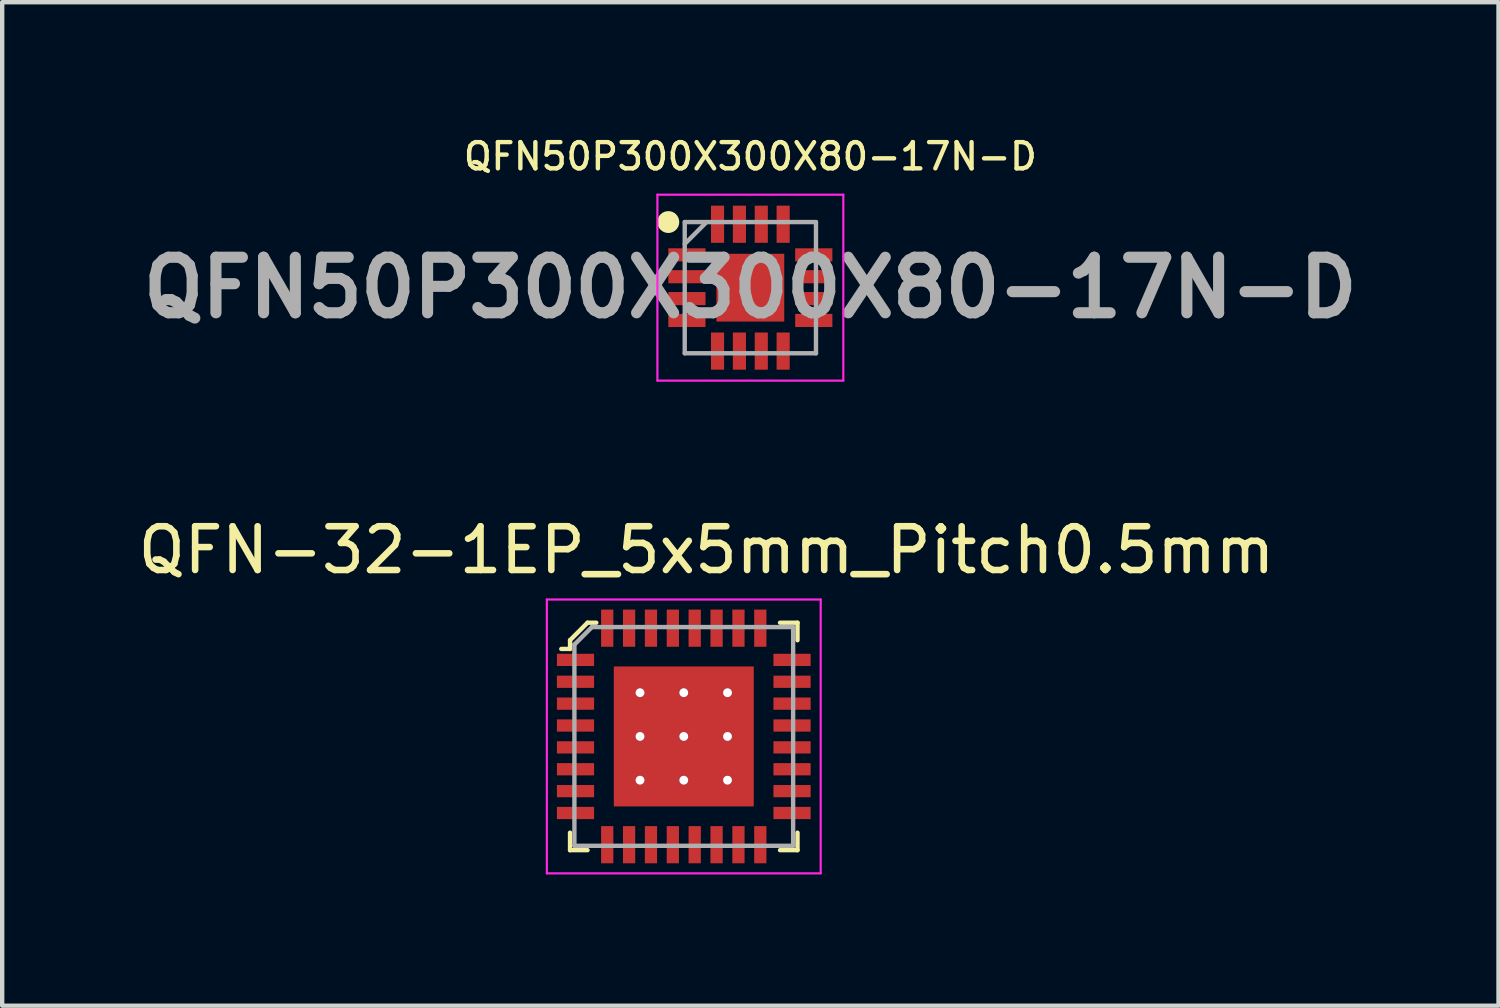
<source format=kicad_pcb>
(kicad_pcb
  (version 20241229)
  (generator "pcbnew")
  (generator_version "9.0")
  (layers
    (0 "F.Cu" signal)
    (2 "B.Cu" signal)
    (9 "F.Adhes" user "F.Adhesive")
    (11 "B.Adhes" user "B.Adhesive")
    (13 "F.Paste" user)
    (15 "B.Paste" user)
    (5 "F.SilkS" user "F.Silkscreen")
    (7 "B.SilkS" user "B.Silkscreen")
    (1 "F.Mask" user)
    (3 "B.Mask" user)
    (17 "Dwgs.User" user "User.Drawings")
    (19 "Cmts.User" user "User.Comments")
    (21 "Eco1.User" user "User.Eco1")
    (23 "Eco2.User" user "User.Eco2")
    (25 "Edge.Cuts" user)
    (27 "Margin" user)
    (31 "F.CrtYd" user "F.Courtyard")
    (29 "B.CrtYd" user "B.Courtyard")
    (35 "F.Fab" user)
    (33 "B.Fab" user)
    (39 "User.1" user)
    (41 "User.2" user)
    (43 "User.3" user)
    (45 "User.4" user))
  (footprint "QFN50P300X300X80-17N-D"
    (layer "F.Cu")
    (at 14.103 3.526)
    (property "Reference" "QFN50P300X300X80-17N-D" (at 0 -3 0) (layer "F.SilkS") (effects (font (size 0.6 0.6) (thickness 0.1))))
    (attr smd)
    (fp_circle (center -1.875 -1.5) (end -1.875 -1.375) (stroke (width 0.25) (type solid)) (fill no) (layer "F.SilkS"))
    (fp_line (start -2.125 -2.125) (end 2.125 -2.125) (stroke (width 0.05) (type solid)) (layer "F.CrtYd"))
    (fp_line (start -2.125 2.125) (end -2.125 -2.125) (stroke (width 0.05) (type solid)) (layer "F.CrtYd"))
    (fp_line (start 2.125 -2.125) (end 2.125 2.125) (stroke (width 0.05) (type solid)) (layer "F.CrtYd"))
    (fp_line (start 2.125 2.125) (end -2.125 2.125) (stroke (width 0.05) (type solid)) (layer "F.CrtYd"))
    (fp_line (start -1.5 -1.5) (end 1.5 -1.5) (stroke (width 0.1) (type solid)) (layer "F.Fab"))
    (fp_line (start -1.5 -1) (end -1 -1.5) (stroke (width 0.1) (type solid)) (layer "F.Fab"))
    (fp_line (start -1.5 1.5) (end -1.5 -1.5) (stroke (width 0.1) (type solid)) (layer "F.Fab"))
    (fp_line (start 1.5 -1.5) (end 1.5 1.5) (stroke (width 0.1) (type solid)) (layer "F.Fab"))
    (fp_line (start 1.5 1.5) (end -1.5 1.5) (stroke (width 0.1) (type solid)) (layer "F.Fab"))
    (fp_text user "${REFERENCE}" (at 0 0 0) (layer "F.Fab") (effects (font (size 1.27 1.27) (thickness 0.254))))
    (pad "1" smd rect (at -1.45 -0.75 90) (size 0.3 0.85) (layers "F.Cu" "F.Mask" "F.Paste"))
    (pad "2" smd rect (at -1.45 -0.25 90) (size 0.3 0.85) (layers "F.Cu" "F.Mask" "F.Paste"))
    (pad "3" smd rect (at -1.45 0.25 90) (size 0.3 0.85) (layers "F.Cu" "F.Mask" "F.Paste"))
    (pad "4" smd rect (at -1.45 0.75 90) (size 0.3 0.85) (layers "F.Cu" "F.Mask" "F.Paste"))
    (pad "5" smd rect (at -0.75 1.45) (size 0.3 0.85) (layers "F.Cu" "F.Mask" "F.Paste"))
    (pad "6" smd rect (at -0.25 1.45) (size 0.3 0.85) (layers "F.Cu" "F.Mask" "F.Paste"))
    (pad "7" smd rect (at 0.25 1.45) (size 0.3 0.85) (layers "F.Cu" "F.Mask" "F.Paste"))
    (pad "8" smd rect (at 0.75 1.45) (size 0.3 0.85) (layers "F.Cu" "F.Mask" "F.Paste"))
    (pad "9" smd rect (at 1.45 0.75 90) (size 0.3 0.85) (layers "F.Cu" "F.Mask" "F.Paste"))
    (pad "10" smd rect (at 1.45 0.25 90) (size 0.3 0.85) (layers "F.Cu" "F.Mask" "F.Paste"))
    (pad "11" smd rect (at 1.45 -0.25 90) (size 0.3 0.85) (layers "F.Cu" "F.Mask" "F.Paste"))
    (pad "12" smd rect (at 1.45 -0.75 90) (size 0.3 0.85) (layers "F.Cu" "F.Mask" "F.Paste"))
    (pad "13" smd rect (at 0.75 -1.45) (size 0.3 0.85) (layers "F.Cu" "F.Mask" "F.Paste"))
    (pad "14" smd rect (at 0.25 -1.45) (size 0.3 0.85) (layers "F.Cu" "F.Mask" "F.Paste"))
    (pad "15" smd rect (at -0.25 -1.45) (size 0.3 0.85) (layers "F.Cu" "F.Mask" "F.Paste"))
    (pad "16" smd rect (at -0.75 -1.45) (size 0.3 0.85) (layers "F.Cu" "F.Mask" "F.Paste"))
    (pad "17" smd rect (at 0 0) (size 1.55 1.55) (layers "F.Cu" "F.Mask" "F.Paste")))
  (footprint "QFN-32-1EP_5x5mm_Pitch0.5mm"
    (layer "F.Cu")
    (at 13.101 14.235)
    (property "Reference" "QFN-32-1EP_5x5mm_Pitch0.5mm" (at 0 -4.71 0) (layer "F.SilkS") (effects (font (size 1 1) (thickness 0.15))))
    (attr through_hole)
    (fp_line (start -3.12 -2.65) (end -3.12 -2.45) (stroke (width 0.1) (type solid)) (layer "F.SilkS"))
    (fp_line (start -3.12 -2.45) (end -3.32 -2.45) (stroke (width 0.1) (type solid)) (layer "F.SilkS"))
    (fp_line (start -3.12 2.15) (end -3.12 1.75) (stroke (width 0.1) (type solid)) (layer "F.SilkS"))
    (fp_line (start -2.72 -3.05) (end -3.12 -2.65) (stroke (width 0.1) (type solid)) (layer "F.SilkS"))
    (fp_line (start -2.72 2.15) (end -3.12 2.15) (stroke (width 0.1) (type solid)) (layer "F.SilkS"))
    (fp_line (start -2.52 -3.05) (end -2.72 -3.05) (stroke (width 0.1) (type solid)) (layer "F.SilkS"))
    (fp_line (start 2.08 -3.05) (end 1.68 -3.05) (stroke (width 0.1) (type solid)) (layer "F.SilkS"))
    (fp_line (start 2.08 -3.05) (end 2.08 -2.65) (stroke (width 0.1) (type solid)) (layer "F.SilkS"))
    (fp_line (start 2.08 1.75) (end 2.08 2.15) (stroke (width 0.1) (type solid)) (layer "F.SilkS"))
    (fp_line (start 2.08 2.15) (end 1.68 2.15) (stroke (width 0.1) (type solid)) (layer "F.SilkS"))
    (fp_line (start -3.65 2.68) (end -3.65 -3.58) (stroke (width 0.05) (type solid)) (layer "F.CrtYd"))
    (fp_line (start 2.61 -3.58) (end -3.65 -3.58) (stroke (width 0.05) (type solid)) (layer "F.CrtYd"))
    (fp_line (start 2.61 -3.58) (end 2.61 2.68) (stroke (width 0.05) (type solid)) (layer "F.CrtYd"))
    (fp_line (start 2.61 2.68) (end -3.65 2.68) (stroke (width 0.05) (type solid)) (layer "F.CrtYd"))
    (fp_line (start -3.02 -2.55) (end -3.02 2.05) (stroke (width 0.1) (type solid)) (layer "F.Fab"))
    (fp_line (start -2.62 -2.95) (end -3.02 -2.55) (stroke (width 0.1) (type solid)) (layer "F.Fab"))
    (fp_line (start -2.62 -2.95) (end 1.98 -2.95) (stroke (width 0.1) (type solid)) (layer "F.Fab"))
    (fp_line (start 1.98 -2.95) (end 1.98 2.05) (stroke (width 0.1) (type solid)) (layer "F.Fab"))
    (fp_line (start 1.98 2.05) (end -3.02 2.05) (stroke (width 0.1) (type solid)) (layer "F.Fab"))
    (pad "1" smd rect (at -2.995 -2.2 270) (size 0.28 0.85) (layers "F.Cu" "F.Mask" "F.Paste"))
    (pad "2" smd rect (at -2.995 -1.7 270) (size 0.28 0.85) (layers "F.Cu" "F.Mask" "F.Paste"))
    (pad "3" smd rect (at -2.995 -1.2 270) (size 0.28 0.85) (layers "F.Cu" "F.Mask" "F.Paste"))
    (pad "4" smd rect (at -2.995 -0.7 270) (size 0.28 0.85) (layers "F.Cu" "F.Mask" "F.Paste"))
    (pad "5" smd rect (at -2.995 -0.2 270) (size 0.28 0.85) (layers "F.Cu" "F.Mask" "F.Paste"))
    (pad "6" smd rect (at -2.995 0.3 270) (size 0.28 0.85) (layers "F.Cu" "F.Mask" "F.Paste"))
    (pad "7" smd rect (at -2.995 0.8 270) (size 0.28 0.85) (layers "F.Cu" "F.Mask" "F.Paste"))
    (pad "8" smd rect (at -2.995 1.3 270) (size 0.28 0.85) (layers "F.Cu" "F.Mask" "F.Paste"))
    (pad "9" smd rect (at -2.27 2.025 270) (size 0.85 0.28) (layers "F.Cu" "F.Mask" "F.Paste"))
    (pad "10" smd rect (at -1.77 2.025 270) (size 0.85 0.28) (layers "F.Cu" "F.Mask" "F.Paste"))
    (pad "11" smd rect (at -1.27 2.025 270) (size 0.85 0.28) (layers "F.Cu" "F.Mask" "F.Paste"))
    (pad "12" smd rect (at -0.77 2.025 270) (size 0.85 0.28) (layers "F.Cu" "F.Mask" "F.Paste"))
    (pad "13" smd rect (at -0.27 2.025 270) (size 0.85 0.28) (layers "F.Cu" "F.Mask" "F.Paste"))
    (pad "14" smd rect (at 0.23 2.025 270) (size 0.85 0.28) (layers "F.Cu" "F.Mask" "F.Paste"))
    (pad "15" smd rect (at 0.73 2.025 270) (size 0.85 0.28) (layers "F.Cu" "F.Mask" "F.Paste"))
    (pad "16" smd rect (at 1.23 2.025 270) (size 0.85 0.28) (layers "F.Cu" "F.Mask" "F.Paste"))
    (pad "17" smd rect (at 1.955 1.3 270) (size 0.28 0.85) (layers "F.Cu" "F.Mask" "F.Paste"))
    (pad "18" smd rect (at 1.955 0.8 270) (size 0.28 0.85) (layers "F.Cu" "F.Mask" "F.Paste"))
    (pad "19" smd rect (at 1.955 0.3 270) (size 0.28 0.85) (layers "F.Cu" "F.Mask" "F.Paste"))
    (pad "20" smd rect (at 1.955 -0.2 270) (size 0.28 0.85) (layers "F.Cu" "F.Mask" "F.Paste"))
    (pad "21" smd rect (at 1.955 -0.7 270) (size 0.28 0.85) (layers "F.Cu" "F.Mask" "F.Paste"))
    (pad "22" smd rect (at 1.955 -1.2 270) (size 0.28 0.85) (layers "F.Cu" "F.Mask" "F.Paste"))
    (pad "23" smd rect (at 1.955 -1.7 270) (size 0.28 0.85) (layers "F.Cu" "F.Mask" "F.Paste"))
    (pad "24" smd rect (at 1.955 -2.2 270) (size 0.28 0.85) (layers "F.Cu" "F.Mask" "F.Paste"))
    (pad "25" smd rect (at 1.23 -2.925 270) (size 0.85 0.28) (layers "F.Cu" "F.Mask" "F.Paste"))
    (pad "26" smd rect (at 0.73 -2.925 270) (size 0.85 0.28) (layers "F.Cu" "F.Mask" "F.Paste"))
    (pad "27" smd rect (at 0.23 -2.925 270) (size 0.85 0.28) (layers "F.Cu" "F.Mask" "F.Paste"))
    (pad "28" smd rect (at -0.27 -2.925 270) (size 0.85 0.28) (layers "F.Cu" "F.Mask" "F.Paste"))
    (pad "29" smd rect (at -0.77 -2.925 270) (size 0.85 0.28) (layers "F.Cu" "F.Mask" "F.Paste"))
    (pad "30" smd rect (at -1.27 -2.925 270) (size 0.85 0.28) (layers "F.Cu" "F.Mask" "F.Paste"))
    (pad "31" smd rect (at -1.77 -2.925 270) (size 0.85 0.28) (layers "F.Cu" "F.Mask" "F.Paste"))
    (pad "32" smd rect (at -2.27 -2.925 270) (size 0.85 0.28) (layers "F.Cu" "F.Mask" "F.Paste"))
    (pad "33" thru_hole circle (at -1.52 -1.45 270) (size 0.2 0.2) (drill 0.2) (layers "*.Cu" "*.Mask"))
    (pad "33" thru_hole circle (at -1.52 -0.45 270) (size 0.2 0.2) (drill 0.2) (layers "*.Cu" "*.Mask"))
    (pad "33" thru_hole circle (at -1.52 0.55 270) (size 0.2 0.2) (drill 0.2) (layers "*.Cu" "*.Mask"))
    (pad "33" thru_hole circle (at -0.52 -1.45 270) (size 0.2 0.2) (drill 0.2) (layers "*.Cu" "*.Mask"))
    (pad "33" thru_hole circle (at -0.52 -0.45 270) (size 0.2 0.2) (drill 0.2) (layers "*.Cu" "*.Mask"))
    (pad "33" smd rect (at -0.52 -0.45 270) (size 3.2 3.2) (layers "F.Cu" "F.Mask" "F.Paste"))
    (pad "33" thru_hole circle (at -0.52 0.55 270) (size 0.2 0.2) (drill 0.2) (layers "*.Cu" "*.Mask"))
    (pad "33" thru_hole circle (at 0.48 -1.45 270) (size 0.2 0.2) (drill 0.2) (layers "*.Cu" "*.Mask"))
    (pad "33" thru_hole circle (at 0.48 -0.45 270) (size 0.2 0.2) (drill 0.2) (layers "*.Cu" "*.Mask"))
    (pad "33" thru_hole circle (at 0.48 0.55 270) (size 0.2 0.2) (drill 0.2) (layers "*.Cu" "*.Mask")))
  (gr_rect
    (start -3 -3)
    (end 31.206 19.94)
    (stroke (width 0.1) (type default))
    (fill no)
    (layer "Edge.Cuts")))
</source>
